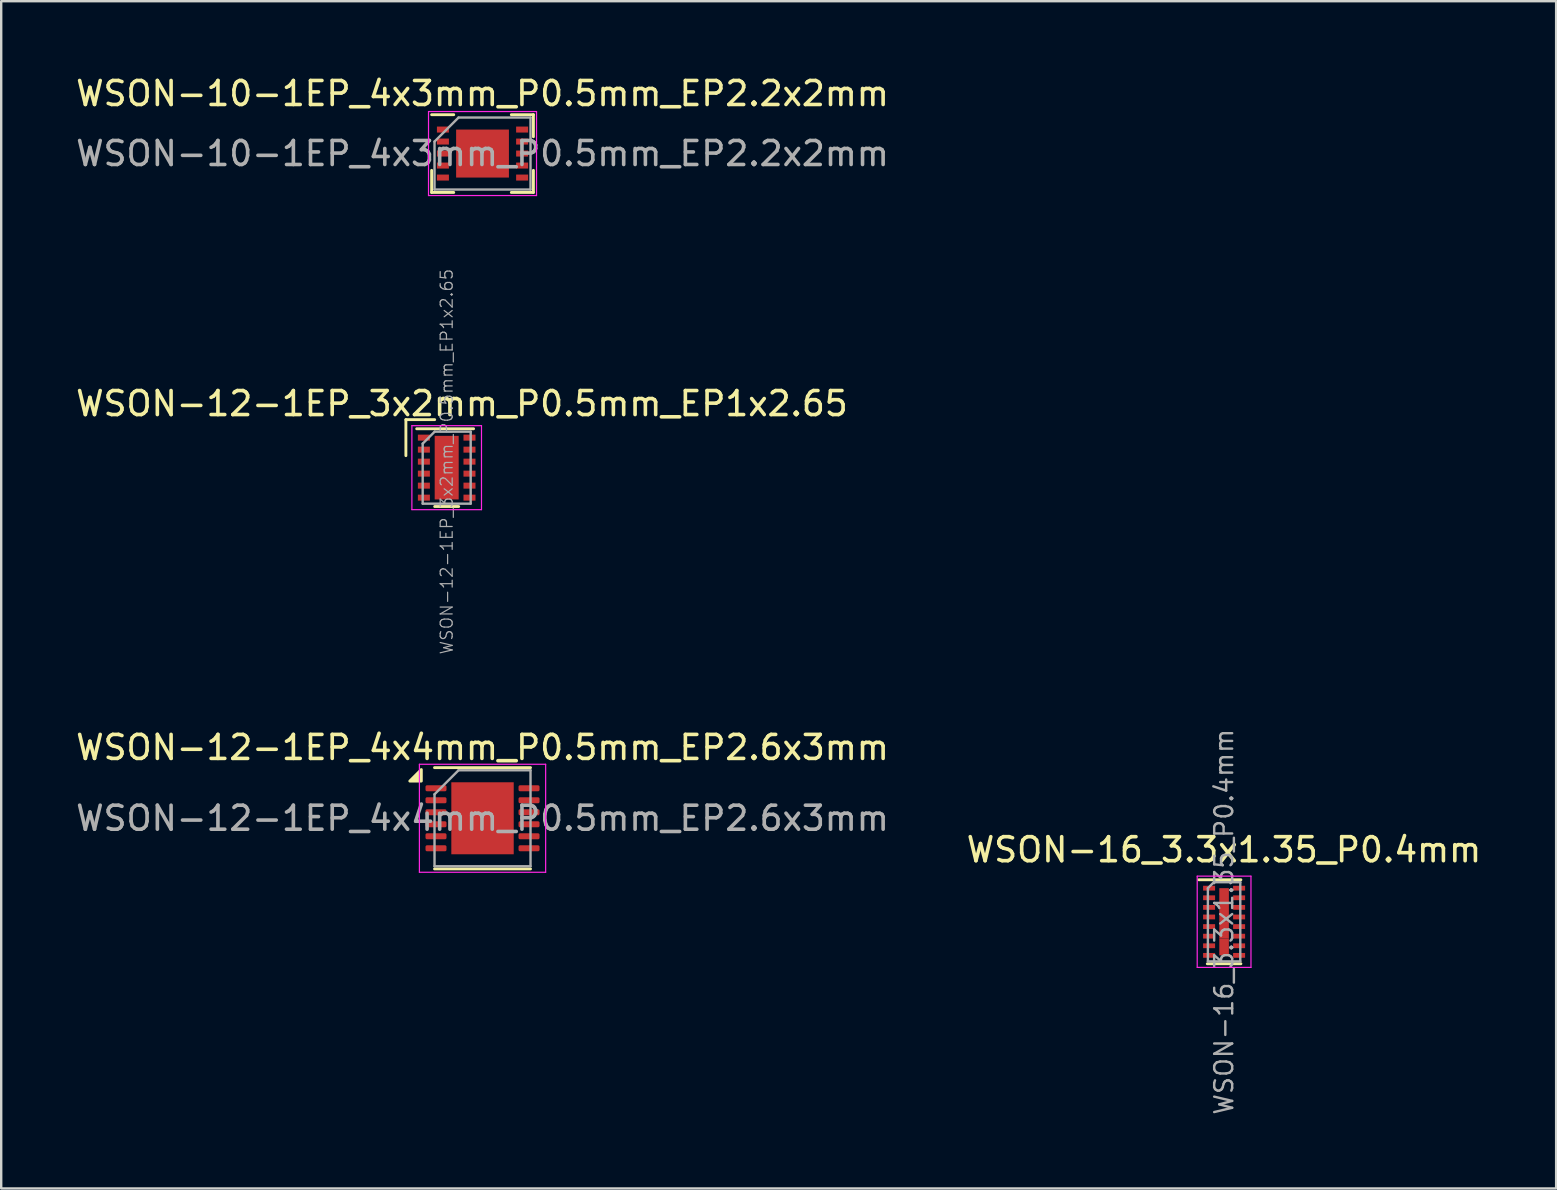
<source format=kicad_pcb>
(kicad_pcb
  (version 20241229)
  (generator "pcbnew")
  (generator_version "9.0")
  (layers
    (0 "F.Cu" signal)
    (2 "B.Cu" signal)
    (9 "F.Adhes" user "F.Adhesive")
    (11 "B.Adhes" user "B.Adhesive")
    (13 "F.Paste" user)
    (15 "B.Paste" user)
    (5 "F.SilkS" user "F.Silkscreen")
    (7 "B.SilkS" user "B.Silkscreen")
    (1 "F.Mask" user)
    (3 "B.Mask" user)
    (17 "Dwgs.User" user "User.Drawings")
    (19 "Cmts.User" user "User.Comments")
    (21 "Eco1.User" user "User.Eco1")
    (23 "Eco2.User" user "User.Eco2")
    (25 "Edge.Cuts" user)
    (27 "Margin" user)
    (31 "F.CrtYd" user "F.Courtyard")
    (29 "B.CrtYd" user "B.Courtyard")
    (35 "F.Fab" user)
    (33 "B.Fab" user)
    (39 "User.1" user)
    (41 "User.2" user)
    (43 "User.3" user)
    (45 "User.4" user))
  (footprint "WSON-12-1EP_4x4mm_P0.5mm_EP2.6x3mm"
    (layer "F.Cu")
    (at 17.054 31.043)
    (property "Reference" "WSON-12-1EP_4x4mm_P0.5mm_EP2.6x3mm" (at 0 -2.95 0) (layer "F.SilkS") (effects (font (size 1 1) (thickness 0.15))))
    (attr smd)
    (fp_line (start -2 -2.11) (end 2 -2.11) (stroke (width 0.12) (type solid)) (layer "F.SilkS"))
    (fp_line (start -2 2.11) (end 2 2.11) (stroke (width 0.12) (type solid)) (layer "F.SilkS"))
    (fp_poly (pts (xy -2.55 -1.55) (xy -3.03 -1.55) (xy -2.55 -2.03) (xy -2.55 -1.55)) (stroke (width 0.12) (type solid)) (fill yes) (layer "F.SilkS"))
    (fp_line (start -2.63 -2.25) (end -2.63 2.25) (stroke (width 0.05) (type solid)) (layer "F.CrtYd"))
    (fp_line (start -2.63 2.25) (end 2.63 2.25) (stroke (width 0.05) (type solid)) (layer "F.CrtYd"))
    (fp_line (start 2.63 -2.25) (end -2.63 -2.25) (stroke (width 0.05) (type solid)) (layer "F.CrtYd"))
    (fp_line (start 2.63 2.25) (end 2.63 -2.25) (stroke (width 0.05) (type solid)) (layer "F.CrtYd"))
    (fp_line (start -2 -1) (end -1 -2) (stroke (width 0.1) (type solid)) (layer "F.Fab"))
    (fp_line (start -2 2) (end -2 -1) (stroke (width 0.1) (type solid)) (layer "F.Fab"))
    (fp_line (start -1 -2) (end 2 -2) (stroke (width 0.1) (type solid)) (layer "F.Fab"))
    (fp_line (start 2 -2) (end 2 2) (stroke (width 0.1) (type solid)) (layer "F.Fab"))
    (fp_line (start 2 2) (end -2 2) (stroke (width 0.1) (type solid)) (layer "F.Fab"))
    (fp_text user "${REFERENCE}" (at 0 0 0) (layer "F.Fab") (effects (font (size 1 1) (thickness 0.15))))
    (pad "" smd roundrect (at -0.65 -0.75) (size 1.05 1.21) (layers "F.Paste") (roundrect_rratio 0.238))
    (pad "" smd roundrect (at -0.65 0.75) (size 1.05 1.21) (layers "F.Paste") (roundrect_rratio 0.238))
    (pad "" smd roundrect (at 0.65 -0.75) (size 1.05 1.21) (layers "F.Paste") (roundrect_rratio 0.238))
    (pad "" smd roundrect (at 0.65 0.75) (size 1.05 1.21) (layers "F.Paste") (roundrect_rratio 0.238))
    (pad "1" smd roundrect (at -1.938 -1.25) (size 0.875 0.25) (layers "F.Cu" "F.Mask" "F.Paste") (roundrect_rratio 0.25))
    (pad "2" smd roundrect (at -1.938 -0.75) (size 0.875 0.25) (layers "F.Cu" "F.Mask" "F.Paste") (roundrect_rratio 0.25))
    (pad "3" smd roundrect (at -1.938 -0.25) (size 0.875 0.25) (layers "F.Cu" "F.Mask" "F.Paste") (roundrect_rratio 0.25))
    (pad "4" smd roundrect (at -1.938 0.25) (size 0.875 0.25) (layers "F.Cu" "F.Mask" "F.Paste") (roundrect_rratio 0.25))
    (pad "5" smd roundrect (at -1.938 0.75) (size 0.875 0.25) (layers "F.Cu" "F.Mask" "F.Paste") (roundrect_rratio 0.25))
    (pad "6" smd roundrect (at -1.938 1.25) (size 0.875 0.25) (layers "F.Cu" "F.Mask" "F.Paste") (roundrect_rratio 0.25))
    (pad "7" smd roundrect (at 1.938 1.25) (size 0.875 0.25) (layers "F.Cu" "F.Mask" "F.Paste") (roundrect_rratio 0.25))
    (pad "8" smd roundrect (at 1.938 0.75) (size 0.875 0.25) (layers "F.Cu" "F.Mask" "F.Paste") (roundrect_rratio 0.25))
    (pad "9" smd roundrect (at 1.938 0.25) (size 0.875 0.25) (layers "F.Cu" "F.Mask" "F.Paste") (roundrect_rratio 0.25))
    (pad "10" smd roundrect (at 1.938 -0.25) (size 0.875 0.25) (layers "F.Cu" "F.Mask" "F.Paste") (roundrect_rratio 0.25))
    (pad "11" smd roundrect (at 1.938 -0.75) (size 0.875 0.25) (layers "F.Cu" "F.Mask" "F.Paste") (roundrect_rratio 0.25))
    (pad "12" smd roundrect (at 1.938 -1.25) (size 0.875 0.25) (layers "F.Cu" "F.Mask" "F.Paste") (roundrect_rratio 0.25))
    (pad "13" smd rect (at 0 0) (size 2.6 3) (property pad_prop_heatsink) (layers "F.Cu" "F.Mask")))
  (footprint "WSON-12-1EP_3x2mm_P0.5mm_EP1x2.65"
    (layer "F.Cu")
    (at 15.561 16.434)
    (property "Reference" "WSON-12-1EP_3x2mm_P0.5mm_EP1x2.65" (at 0.635 -2.667 0) (layer "F.SilkS") (effects (font (size 1 1) (thickness 0.15))))
    (attr smd)
    (fp_line (start -1.7 -2) (end -0.5 -2) (stroke (width 0.12) (type solid)) (layer "F.SilkS"))
    (fp_line (start -1.7 -0.5) (end -1.7 -2) (stroke (width 0.12) (type solid)) (layer "F.SilkS"))
    (fp_line (start -1.25 -1.62) (end 1.12 -1.62) (stroke (width 0.12) (type solid)) (layer "F.SilkS"))
    (fp_line (start 0.5 1.62) (end -0.5 1.62) (stroke (width 0.12) (type solid)) (layer "F.SilkS"))
    (fp_line (start -1.45 -1.75) (end 1.45 -1.75) (stroke (width 0.05) (type solid)) (layer "F.CrtYd"))
    (fp_line (start -1.45 1.75) (end -1.45 -1.75) (stroke (width 0.05) (type solid)) (layer "F.CrtYd"))
    (fp_line (start 1.45 -1.75) (end 1.45 1.75) (stroke (width 0.05) (type solid)) (layer "F.CrtYd"))
    (fp_line (start 1.45 1.75) (end -1.45 1.75) (stroke (width 0.05) (type solid)) (layer "F.CrtYd"))
    (fp_line (start -1 -1) (end -0.5 -1.5) (stroke (width 0.1) (type solid)) (layer "F.Fab"))
    (fp_line (start -1 1.5) (end -1 -1) (stroke (width 0.1) (type solid)) (layer "F.Fab"))
    (fp_line (start -0.5 -1.5) (end 1 -1.5) (stroke (width 0.1) (type solid)) (layer "F.Fab"))
    (fp_line (start 1 -1.5) (end 1 1.5) (stroke (width 0.1) (type solid)) (layer "F.Fab"))
    (fp_line (start 1 1.5) (end -1 1.5) (stroke (width 0.1) (type solid)) (layer "F.Fab"))
    (fp_text user "${REFERENCE}" (at 0 -0.25 90) (layer "F.Fab") (effects (font (size 0.5 0.5) (thickness 0.05))))
    (pad "" smd rect (at 0 -0.685) (size 0.95 1.17) (layers "F.Paste"))
    (pad "" smd rect (at 0 0.685) (size 0.95 1.17) (layers "F.Paste"))
    (pad "1" smd rect (at -0.95 -1.25) (size 0.5 0.25) (layers "F.Cu" "F.Mask" "F.Paste"))
    (pad "2" smd rect (at -0.95 -0.75) (size 0.5 0.25) (layers "F.Cu" "F.Mask" "F.Paste"))
    (pad "3" smd rect (at -0.95 -0.25) (size 0.5 0.25) (layers "F.Cu" "F.Mask" "F.Paste"))
    (pad "4" smd rect (at -0.95 0.25) (size 0.5 0.25) (layers "F.Cu" "F.Mask" "F.Paste"))
    (pad "5" smd rect (at -0.95 0.75) (size 0.5 0.25) (layers "F.Cu" "F.Mask" "F.Paste"))
    (pad "6" smd rect (at -0.95 1.25) (size 0.5 0.25) (layers "F.Cu" "F.Mask" "F.Paste"))
    (pad "7" smd rect (at 0.95 1.25) (size 0.5 0.25) (layers "F.Cu" "F.Mask" "F.Paste"))
    (pad "8" smd rect (at 0.95 0.75) (size 0.5 0.25) (layers "F.Cu" "F.Mask" "F.Paste"))
    (pad "9" smd rect (at 0.95 0.25) (size 0.5 0.25) (layers "F.Cu" "F.Mask" "F.Paste"))
    (pad "10" smd rect (at 0.95 -0.25) (size 0.5 0.25) (layers "F.Cu" "F.Mask" "F.Paste"))
    (pad "11" smd rect (at 0.95 -0.75) (size 0.5 0.25) (layers "F.Cu" "F.Mask" "F.Paste"))
    (pad "12" smd rect (at 0.95 -1.25) (size 0.5 0.25) (layers "F.Cu" "F.Mask" "F.Paste"))
    (pad "13" smd rect (at 0 0) (size 1 2.65) (layers "F.Cu" "F.Mask")))
  (footprint "WSON-16_3.3x1.35_P0.4mm"
    (layer "F.Cu")
    (at 47.951 35.355)
    (property "Reference" "WSON-16_3.3x1.35_P0.4mm" (at -0.005 -3 0) (layer "F.SilkS") (effects (font (size 1 1) (thickness 0.15))))
    (attr smd)
    (fp_line (start 0.7 -1.75) (end -1.05 -1.75) (stroke (width 0.12) (type solid)) (layer "F.SilkS"))
    (fp_line (start 0.7 1.75) (end -0.7 1.75) (stroke (width 0.12) (type solid)) (layer "F.SilkS"))
    (fp_line (start -1.12 -1.9) (end 1.12 -1.9) (stroke (width 0.05) (type solid)) (layer "F.CrtYd"))
    (fp_line (start -1.12 1.9) (end -1.12 -1.9) (stroke (width 0.05) (type solid)) (layer "F.CrtYd"))
    (fp_line (start 1.12 -1.9) (end 1.12 1.9) (stroke (width 0.05) (type solid)) (layer "F.CrtYd"))
    (fp_line (start 1.12 1.9) (end -1.12 1.9) (stroke (width 0.05) (type solid)) (layer "F.CrtYd"))
    (fp_line (start -0.675 1.65) (end -0.675 -1.4) (stroke (width 0.1) (type solid)) (layer "F.Fab"))
    (fp_line (start -0.425 -1.65) (end -0.675 -1.4) (stroke (width 0.1) (type solid)) (layer "F.Fab"))
    (fp_line (start -0.425 -1.65) (end 0.675 -1.65) (stroke (width 0.1) (type solid)) (layer "F.Fab"))
    (fp_line (start 0.675 -1.65) (end 0.675 1.65) (stroke (width 0.1) (type solid)) (layer "F.Fab"))
    (fp_line (start 0.675 1.65) (end -0.675 1.65) (stroke (width 0.1) (type solid)) (layer "F.Fab"))
    (fp_text user "${REFERENCE}" (at -0.005 0 90) (layer "F.Fab") (effects (font (size 0.75 0.75) (thickness 0.1))))
    (pad "1" smd rect (at -0.625 -1.4 270) (size 0.2 0.5) (layers "F.Cu" "F.Mask" "F.Paste"))
    (pad "2" smd rect (at -0.625 -1 270) (size 0.2 0.5) (layers "F.Cu" "F.Mask" "F.Paste"))
    (pad "3" smd rect (at -0.625 -0.6 270) (size 0.2 0.5) (layers "F.Cu" "F.Mask" "F.Paste"))
    (pad "4" smd rect (at -0.625 -0.2 270) (size 0.2 0.5) (layers "F.Cu" "F.Mask" "F.Paste"))
    (pad "5" smd rect (at -0.625 0.2 270) (size 0.2 0.5) (layers "F.Cu" "F.Mask" "F.Paste"))
    (pad "6" smd rect (at -0.625 0.6 270) (size 0.2 0.5) (layers "F.Cu" "F.Mask" "F.Paste"))
    (pad "7" smd rect (at -0.625 1 270) (size 0.2 0.5) (layers "F.Cu" "F.Mask" "F.Paste"))
    (pad "8" smd rect (at -0.625 1.4 270) (size 0.2 0.5) (layers "F.Cu" "F.Mask" "F.Paste"))
    (pad "9" smd rect (at 0.625 1.4 270) (size 0.2 0.5) (layers "F.Cu" "F.Mask" "F.Paste"))
    (pad "10" smd rect (at 0.625 1 270) (size 0.2 0.5) (layers "F.Cu" "F.Mask" "F.Paste"))
    (pad "11" smd rect (at 0.625 0.6 270) (size 0.2 0.5) (layers "F.Cu" "F.Mask" "F.Paste"))
    (pad "12" smd rect (at 0.625 0.2 270) (size 0.2 0.5) (layers "F.Cu" "F.Mask" "F.Paste"))
    (pad "13" smd rect (at 0.625 -0.2 270) (size 0.2 0.5) (layers "F.Cu" "F.Mask" "F.Paste"))
    (pad "14" smd rect (at 0.625 -0.6 270) (size 0.2 0.5) (layers "F.Cu" "F.Mask" "F.Paste"))
    (pad "15" smd rect (at 0.625 -1 270) (size 0.2 0.5) (layers "F.Cu" "F.Mask" "F.Paste"))
    (pad "16" smd rect (at 0.625 -1.4 270) (size 0.2 0.5) (layers "F.Cu" "F.Mask" "F.Paste"))
    (pad "17" smd rect (at 0 -1.05 270) (size 0.7 0.4) (layers "F.Cu" "F.Mask" "F.Paste"))
    (pad "17" smd rect (at 0 -0.35 270) (size 0.7 0.4) (layers "F.Cu" "F.Mask" "F.Paste"))
    (pad "17" smd rect (at 0 0.35 270) (size 0.7 0.4) (layers "F.Cu" "F.Mask" "F.Paste"))
    (pad "17" smd rect (at 0 1.05 270) (size 0.7 0.4) (layers "F.Cu" "F.Mask" "F.Paste")))
  (footprint "WSON-10-1EP_4x3mm_P0.5mm_EP2.2x2mm"
    (layer "F.Cu")
    (at 17.054 3.348)
    (property "Reference" "WSON-10-1EP_4x3mm_P0.5mm_EP2.2x2mm" (at 0 -2.5 0) (layer "F.SilkS") (effects (font (size 1 1) (thickness 0.15))))
    (attr smd)
    (fp_line (start -2.12 -1.62) (end -1.2 -1.62) (stroke (width 0.12) (type solid)) (layer "F.SilkS"))
    (fp_line (start -2.12 1.62) (end -2.12 0.7) (stroke (width 0.12) (type solid)) (layer "F.SilkS"))
    (fp_line (start -2.12 1.62) (end -1.2 1.62) (stroke (width 0.12) (type solid)) (layer "F.SilkS"))
    (fp_line (start 1.2 -1.62) (end 2.12 -1.62) (stroke (width 0.12) (type solid)) (layer "F.SilkS"))
    (fp_line (start 1.2 1.62) (end 2.12 1.62) (stroke (width 0.12) (type solid)) (layer "F.SilkS"))
    (fp_line (start 2.12 -0.7) (end 2.12 -1.62) (stroke (width 0.12) (type solid)) (layer "F.SilkS"))
    (fp_line (start 2.12 0.7) (end 2.12 1.62) (stroke (width 0.12) (type solid)) (layer "F.SilkS"))
    (fp_line (start -2.25 -1.75) (end -2.25 1.75) (stroke (width 0.05) (type solid)) (layer "F.CrtYd"))
    (fp_line (start -2.25 -1.75) (end 2.25 -1.75) (stroke (width 0.05) (type solid)) (layer "F.CrtYd"))
    (fp_line (start -2.25 1.75) (end 2.25 1.75) (stroke (width 0.05) (type solid)) (layer "F.CrtYd"))
    (fp_line (start 2.25 -1.75) (end 2.25 1.75) (stroke (width 0.05) (type solid)) (layer "F.CrtYd"))
    (fp_line (start -2 1.5) (end -2 -0.5) (stroke (width 0.1) (type solid)) (layer "F.Fab"))
    (fp_line (start -1 -1.5) (end -2 -0.5) (stroke (width 0.1) (type solid)) (layer "F.Fab"))
    (fp_line (start -1 -1.5) (end 2 -1.5) (stroke (width 0.1) (type solid)) (layer "F.Fab"))
    (fp_line (start 2 -1.5) (end 2 1.5) (stroke (width 0.1) (type solid)) (layer "F.Fab"))
    (fp_line (start 2 1.5) (end -2 1.5) (stroke (width 0.1) (type solid)) (layer "F.Fab"))
    (fp_text user "${REFERENCE}" (at 0 0 0) (layer "F.Fab") (effects (font (size 1 1) (thickness 0.15))))
    (pad "" smd rect (at -0.55 -0.5) (size 0.88 0.8) (layers "F.Paste"))
    (pad "" smd rect (at -0.55 0.5) (size 0.88 0.8) (layers "F.Paste"))
    (pad "" smd rect (at 0.55 -0.5) (size 0.88 0.8) (layers "F.Paste"))
    (pad "" smd rect (at 0.55 0.5) (size 0.88 0.8) (layers "F.Paste"))
    (pad "1" smd rect (at -1.65 -1) (size 0.5 0.25) (layers "F.Cu" "F.Mask" "F.Paste"))
    (pad "2" smd rect (at -1.65 -0.5) (size 0.5 0.25) (layers "F.Cu" "F.Mask" "F.Paste"))
    (pad "3" smd rect (at -1.65 0) (size 0.5 0.25) (layers "F.Cu" "F.Mask" "F.Paste"))
    (pad "4" smd rect (at -1.65 0.5) (size 0.5 0.25) (layers "F.Cu" "F.Mask" "F.Paste"))
    (pad "5" smd rect (at -1.65 1) (size 0.5 0.25) (layers "F.Cu" "F.Mask" "F.Paste"))
    (pad "6" smd rect (at 1.65 1) (size 0.5 0.25) (layers "F.Cu" "F.Mask" "F.Paste"))
    (pad "7" smd rect (at 1.65 0.5) (size 0.5 0.25) (layers "F.Cu" "F.Mask" "F.Paste"))
    (pad "8" smd rect (at 1.65 0) (size 0.5 0.25) (layers "F.Cu" "F.Mask" "F.Paste"))
    (pad "9" smd rect (at 1.65 -0.5) (size 0.5 0.25) (layers "F.Cu" "F.Mask" "F.Paste"))
    (pad "10" smd rect (at 1.65 -1) (size 0.5 0.25) (layers "F.Cu" "F.Mask" "F.Paste"))
    (pad "11" smd rect (at 0 0) (size 2.2 2) (layers "F.Cu" "F.Mask")))
  (gr_rect
    (start -3 -3)
    (end 61.786 46.466)
    (stroke (width 0.1) (type default))
    (fill no)
    (layer "Edge.Cuts")))
</source>
